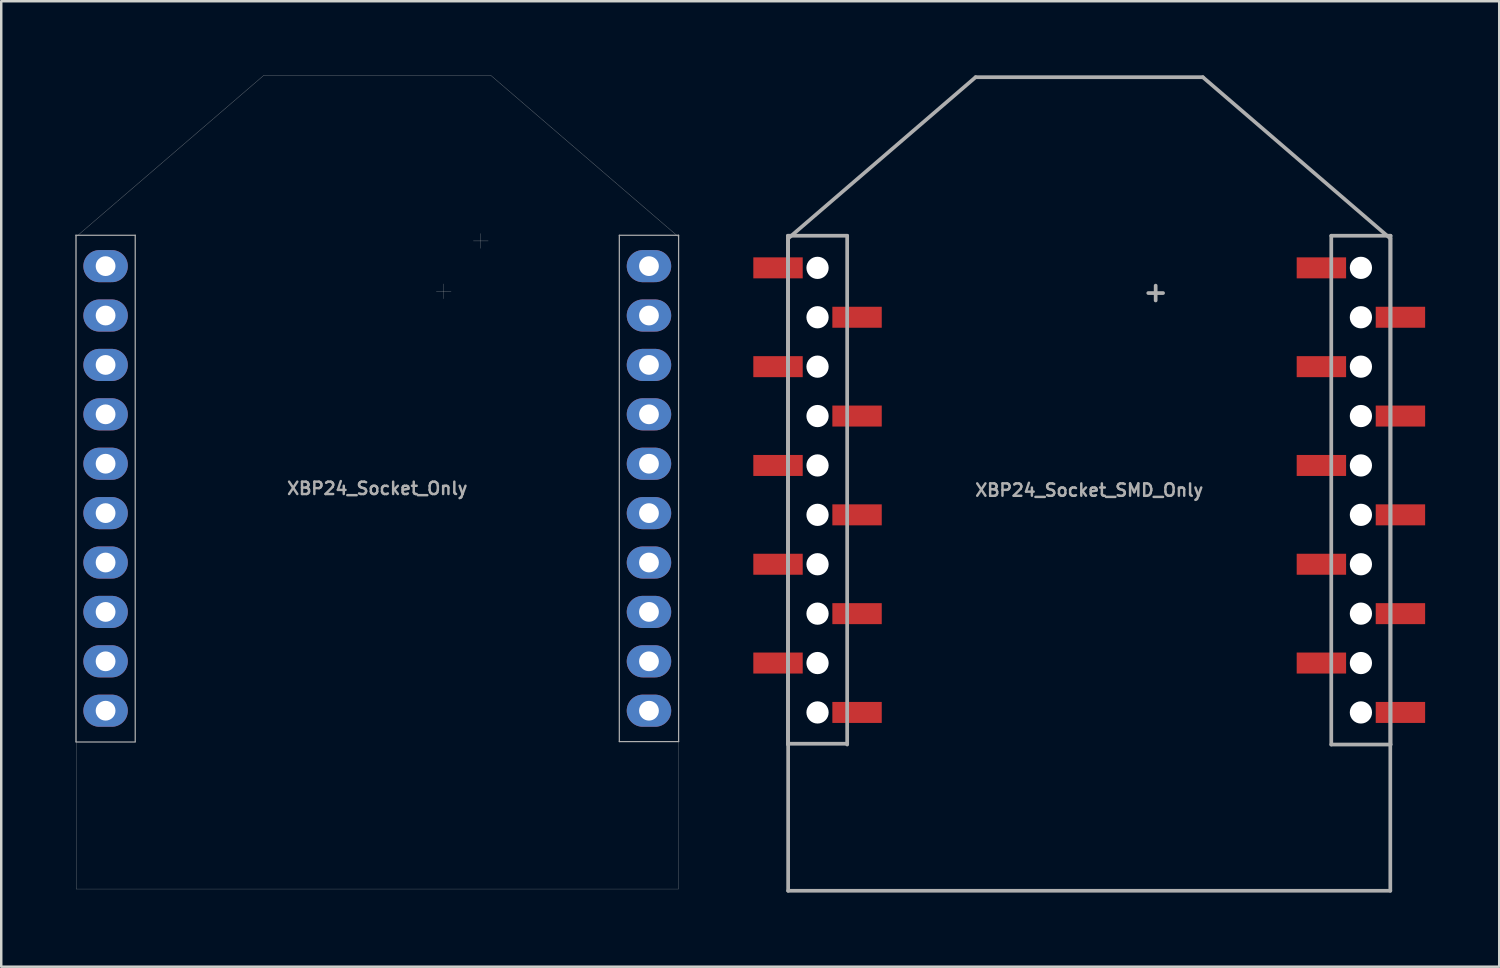
<source format=kicad_pcb>
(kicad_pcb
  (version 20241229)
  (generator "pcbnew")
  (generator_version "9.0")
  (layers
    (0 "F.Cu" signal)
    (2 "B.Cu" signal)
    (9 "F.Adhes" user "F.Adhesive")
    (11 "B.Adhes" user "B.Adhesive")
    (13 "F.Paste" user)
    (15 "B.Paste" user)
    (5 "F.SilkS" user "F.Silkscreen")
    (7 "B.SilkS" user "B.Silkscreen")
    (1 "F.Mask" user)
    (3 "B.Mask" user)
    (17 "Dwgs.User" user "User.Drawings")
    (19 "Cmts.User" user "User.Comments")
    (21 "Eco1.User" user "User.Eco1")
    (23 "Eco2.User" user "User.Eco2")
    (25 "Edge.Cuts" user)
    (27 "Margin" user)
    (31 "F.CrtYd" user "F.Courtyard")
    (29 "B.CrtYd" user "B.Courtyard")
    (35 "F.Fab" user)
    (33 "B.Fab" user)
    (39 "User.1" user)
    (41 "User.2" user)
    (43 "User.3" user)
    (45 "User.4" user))
  (footprint "XBP24_Socket_Only"
    (layer "F.Cu")
    (at 12.225 16.725)
    (property "Reference" "XBP24_Socket_Only" (at 0 0 0) (layer "F.Fab") (effects (font (size 0.5 0.5) (thickness 0.1))))
    (attr through_hole)
    (fp_line (start -12.2 -10.25) (end -12.2 10.25) (stroke (width 0.05) (type solid)) (layer "F.Fab"))
    (fp_line (start -12.2 -10.25) (end -9.8 -10.25) (stroke (width 0.05) (type solid)) (layer "F.Fab"))
    (fp_line (start -12.2 10.267) (end -9.8 10.267) (stroke (width 0.05) (type solid)) (layer "F.Fab"))
    (fp_line (start -12.19 -10.19) (end -12.19 16.22) (stroke (width 0.01) (type solid)) (layer "F.Fab"))
    (fp_line (start -12.19 16.22) (end 12.19 16.22) (stroke (width 0.01) (type solid)) (layer "F.Fab"))
    (fp_line (start -9.8 10.25) (end -9.8 -10.25) (stroke (width 0.05) (type solid)) (layer "F.Fab"))
    (fp_line (start -4.6 -16.72) (end -12.19 -10.19) (stroke (width 0.01) (type solid)) (layer "F.Fab"))
    (fp_line (start 2.69 -7.68) (end 2.69 -8.28) (stroke (width 0.01) (type solid)) (layer "F.Fab"))
    (fp_line (start 2.99 -7.98) (end 2.39 -7.98) (stroke (width 0.01) (type solid)) (layer "F.Fab"))
    (fp_line (start 4.19 -9.72) (end 4.19 -10.32) (stroke (width 0.01) (type solid)) (layer "F.Fab"))
    (fp_line (start 4.49 -10.02) (end 3.89 -10.02) (stroke (width 0.01) (type solid)) (layer "F.Fab"))
    (fp_line (start 4.6 -16.72) (end -4.6 -16.72) (stroke (width 0.01) (type solid)) (layer "F.Fab"))
    (fp_line (start 9.8 -10.25) (end 9.8 10.25) (stroke (width 0.05) (type solid)) (layer "F.Fab"))
    (fp_line (start 9.8 -10.25) (end 12.2 -10.25) (stroke (width 0.05) (type solid)) (layer "F.Fab"))
    (fp_line (start 9.8 10.25) (end 12.2 10.25) (stroke (width 0.05) (type solid)) (layer "F.Fab"))
    (fp_line (start 12.19 -10.19) (end 4.6 -16.72) (stroke (width 0.01) (type solid)) (layer "F.Fab"))
    (fp_line (start 12.19 16.22) (end 12.19 -10.19) (stroke (width 0.01) (type solid)) (layer "F.Fab"))
    (fp_line (start 12.2 10.25) (end 12.2 -10.25) (stroke (width 0.05) (type solid)) (layer "F.Fab"))
    (pad "1" thru_hole oval (at -11 -9) (size 1.8 1.3) (drill 0.8) (layers "*.Cu" "*.Mask"))
    (pad "2" thru_hole oval (at -11 -7) (size 1.8 1.3) (drill 0.8) (layers "*.Cu" "*.Mask"))
    (pad "3" thru_hole oval (at -11 -5) (size 1.8 1.3) (drill 0.8) (layers "*.Cu" "*.Mask"))
    (pad "4" thru_hole oval (at -11 -3) (size 1.8 1.3) (drill 0.8) (layers "*.Cu" "*.Mask"))
    (pad "5" thru_hole oval (at -11 -1) (size 1.8 1.3) (drill 0.8) (layers "*.Cu" "*.Mask"))
    (pad "6" thru_hole oval (at -11 1) (size 1.8 1.3) (drill 0.8) (layers "*.Cu" "*.Mask"))
    (pad "7" thru_hole oval (at -11 3) (size 1.8 1.3) (drill 0.8) (layers "*.Cu" "*.Mask"))
    (pad "8" thru_hole oval (at -11 5) (size 1.8 1.3) (drill 0.8) (layers "*.Cu" "*.Mask"))
    (pad "9" thru_hole oval (at -11 7) (size 1.8 1.3) (drill 0.8) (layers "*.Cu" "*.Mask"))
    (pad "10" thru_hole oval (at -11 9) (size 1.8 1.3) (drill 0.8) (layers "*.Cu" "*.Mask"))
    (pad "11" thru_hole oval (at 11 9) (size 1.8 1.3) (drill 0.8) (layers "*.Cu" "*.Mask"))
    (pad "12" thru_hole oval (at 11 7) (size 1.8 1.3) (drill 0.8) (layers "*.Cu" "*.Mask"))
    (pad "13" thru_hole oval (at 11 5) (size 1.8 1.3) (drill 0.8) (layers "*.Cu" "*.Mask"))
    (pad "14" thru_hole oval (at 11 3) (size 1.8 1.3) (drill 0.8) (layers "*.Cu" "*.Mask"))
    (pad "15" thru_hole oval (at 11 1) (size 1.8 1.3) (drill 0.8) (layers "*.Cu" "*.Mask"))
    (pad "16" thru_hole oval (at 11 -1) (size 1.8 1.3) (drill 0.8) (layers "*.Cu" "*.Mask"))
    (pad "17" thru_hole oval (at 11 -3) (size 1.8 1.3) (drill 0.8) (layers "*.Cu" "*.Mask"))
    (pad "18" thru_hole oval (at 11 -5) (size 1.8 1.3) (drill 0.8) (layers "*.Cu" "*.Mask"))
    (pad "19" thru_hole oval (at 11 -7) (size 1.8 1.3) (drill 0.8) (layers "*.Cu" "*.Mask"))
    (pad "20" thru_hole oval (at 11 -9) (size 1.8 1.3) (drill 0.8) (layers "*.Cu" "*.Mask")))
  (footprint "XBP24_Socket_SMD_Only"
    (layer "F.Cu")
    (at 41.05 16.795)
    (property "Reference" "XBP24_Socket_SMD_Only" (at 0 0 0) (layer "F.Fab") (effects (font (size 0.5 0.5) (thickness 0.1))))
    (attr through_hole)
    (fp_line (start -12.2 -10.3) (end -12.2 10.3) (stroke (width 0.15) (type solid)) (layer "F.Fab"))
    (fp_line (start -12.2 -10.3) (end -9.8 -10.3) (stroke (width 0.15) (type solid)) (layer "F.Fab"))
    (fp_line (start -12.2 10.267) (end -9.8 10.267) (stroke (width 0.15) (type solid)) (layer "F.Fab"))
    (fp_line (start -12.19 -10.19) (end -12.19 16.22) (stroke (width 0.15) (type solid)) (layer "F.Fab"))
    (fp_line (start -12.19 16.22) (end 12.19 16.22) (stroke (width 0.15) (type solid)) (layer "F.Fab"))
    (fp_line (start -9.8 10.3) (end -9.8 -10.3) (stroke (width 0.15) (type solid)) (layer "F.Fab"))
    (fp_line (start -4.6 -16.72) (end -12.19 -10.19) (stroke (width 0.15) (type solid)) (layer "F.Fab"))
    (fp_line (start 2.69 -7.68) (end 2.69 -8.28) (stroke (width 0.15) (type solid)) (layer "F.Fab"))
    (fp_line (start 2.99 -7.98) (end 2.39 -7.98) (stroke (width 0.15) (type solid)) (layer "F.Fab"))
    (fp_line (start 4.6 -16.72) (end -4.6 -16.72) (stroke (width 0.15) (type solid)) (layer "F.Fab"))
    (fp_line (start 9.8 -10.3) (end 9.8 10.3) (stroke (width 0.15) (type solid)) (layer "F.Fab"))
    (fp_line (start 9.8 -10.3) (end 12.2 -10.3) (stroke (width 0.15) (type solid)) (layer "F.Fab"))
    (fp_line (start 9.8 10.3) (end 12.2 10.3) (stroke (width 0.15) (type solid)) (layer "F.Fab"))
    (fp_line (start 12.19 -10.19) (end 4.6 -16.72) (stroke (width 0.15) (type solid)) (layer "F.Fab"))
    (fp_line (start 12.19 16.22) (end 12.19 -10.19) (stroke (width 0.15) (type solid)) (layer "F.Fab"))
    (fp_line (start 12.2 10.3) (end 12.2 -10.3) (stroke (width 0.15) (type solid)) (layer "F.Fab"))
    (pad "" np_thru_hole circle (at -11 -9) (size 0.9 0.9) (drill 0.9) (layers "*.Cu" "*.Mask"))
    (pad "" np_thru_hole circle (at -11 -7) (size 0.9 0.9) (drill 0.9) (layers "*.Cu" "*.Mask"))
    (pad "" np_thru_hole circle (at -11 -5) (size 0.9 0.9) (drill 0.9) (layers "*.Cu" "*.Mask"))
    (pad "" np_thru_hole circle (at -11 -3) (size 0.9 0.9) (drill 0.9) (layers "*.Cu" "*.Mask"))
    (pad "" np_thru_hole circle (at -11 -1) (size 0.9 0.9) (drill 0.9) (layers "*.Cu" "*.Mask"))
    (pad "" np_thru_hole circle (at -11 1) (size 0.9 0.9) (drill 0.9) (layers "*.Cu" "*.Mask"))
    (pad "" np_thru_hole circle (at -11 3) (size 0.9 0.9) (drill 0.9) (layers "*.Cu" "*.Mask"))
    (pad "" np_thru_hole circle (at -11 5) (size 0.9 0.9) (drill 0.9) (layers "*.Cu" "*.Mask"))
    (pad "" np_thru_hole circle (at -11 7) (size 0.9 0.9) (drill 0.9) (layers "*.Cu" "*.Mask"))
    (pad "" np_thru_hole circle (at -11 9) (size 0.9 0.9) (drill 0.9) (layers "*.Cu" "*.Mask"))
    (pad "" np_thru_hole circle (at 11 -9) (size 0.9 0.9) (drill 0.9) (layers "*.Cu" "*.Mask"))
    (pad "" np_thru_hole circle (at 11 -7) (size 0.9 0.9) (drill 0.9) (layers "*.Cu" "*.Mask"))
    (pad "" np_thru_hole circle (at 11 -5) (size 0.9 0.9) (drill 0.9) (layers "*.Cu" "*.Mask"))
    (pad "" np_thru_hole circle (at 11 -3) (size 0.9 0.9) (drill 0.9) (layers "*.Cu" "*.Mask"))
    (pad "" np_thru_hole circle (at 11 -1) (size 0.9 0.9) (drill 0.9) (layers "*.Cu" "*.Mask"))
    (pad "" np_thru_hole circle (at 11 1) (size 0.9 0.9) (drill 0.9) (layers "*.Cu" "*.Mask"))
    (pad "" np_thru_hole circle (at 11 3) (size 0.9 0.9) (drill 0.9) (layers "*.Cu" "*.Mask"))
    (pad "" np_thru_hole circle (at 11 5) (size 0.9 0.9) (drill 0.9) (layers "*.Cu" "*.Mask"))
    (pad "" np_thru_hole circle (at 11 7) (size 0.9 0.9) (drill 0.9) (layers "*.Cu" "*.Mask"))
    (pad "" np_thru_hole circle (at 11 9) (size 0.9 0.9) (drill 0.9) (layers "*.Cu" "*.Mask"))
    (pad "1" smd rect (at -12.6 -9) (size 2 0.85) (layers "F.Cu" "F.Mask" "F.Paste"))
    (pad "2" smd rect (at -9.4 -7) (size 2 0.85) (layers "F.Cu" "F.Mask" "F.Paste"))
    (pad "3" smd rect (at -12.6 -5) (size 2 0.85) (layers "F.Cu" "F.Mask" "F.Paste"))
    (pad "4" smd rect (at -9.4 -3) (size 2 0.85) (layers "F.Cu" "F.Mask" "F.Paste"))
    (pad "5" smd rect (at -12.6 -1) (size 2 0.85) (layers "F.Cu" "F.Mask" "F.Paste"))
    (pad "6" smd rect (at -9.4 1) (size 2 0.85) (layers "F.Cu" "F.Mask" "F.Paste"))
    (pad "7" smd rect (at -12.6 3) (size 2 0.85) (layers "F.Cu" "F.Mask" "F.Paste"))
    (pad "8" smd rect (at -9.4 5) (size 2 0.85) (layers "F.Cu" "F.Mask" "F.Paste"))
    (pad "9" smd rect (at -12.6 7) (size 2 0.85) (layers "F.Cu" "F.Mask" "F.Paste"))
    (pad "10" smd rect (at -9.4 9) (size 2 0.85) (layers "F.Cu" "F.Mask" "F.Paste"))
    (pad "11" smd rect (at 12.6 9) (size 2 0.85) (layers "F.Cu" "F.Mask" "F.Paste"))
    (pad "12" smd rect (at 9.4 7) (size 2 0.85) (layers "F.Cu" "F.Mask" "F.Paste"))
    (pad "13" smd rect (at 12.6 5) (size 2 0.85) (layers "F.Cu" "F.Mask" "F.Paste"))
    (pad "14" smd rect (at 9.4 3) (size 2 0.85) (layers "F.Cu" "F.Mask" "F.Paste"))
    (pad "15" smd rect (at 12.6 1) (size 2 0.85) (layers "F.Cu" "F.Mask" "F.Paste"))
    (pad "16" smd rect (at 9.4 -1) (size 2 0.85) (layers "F.Cu" "F.Mask" "F.Paste"))
    (pad "17" smd rect (at 12.6 -3) (size 2 0.85) (layers "F.Cu" "F.Mask" "F.Paste"))
    (pad "18" smd rect (at 9.4 -5) (size 2 0.85) (layers "F.Cu" "F.Mask" "F.Paste"))
    (pad "19" smd rect (at 12.6 -7) (size 2 0.85) (layers "F.Cu" "F.Mask" "F.Paste"))
    (pad "20" smd rect (at 9.4 -9) (size 2 0.85) (layers "F.Cu" "F.Mask" "F.Paste")))
  (gr_rect
    (start -3 -3)
    (end 57.65 36.09)
    (stroke (width 0.1) (type default))
    (fill no)
    (layer "Edge.Cuts")))
</source>
